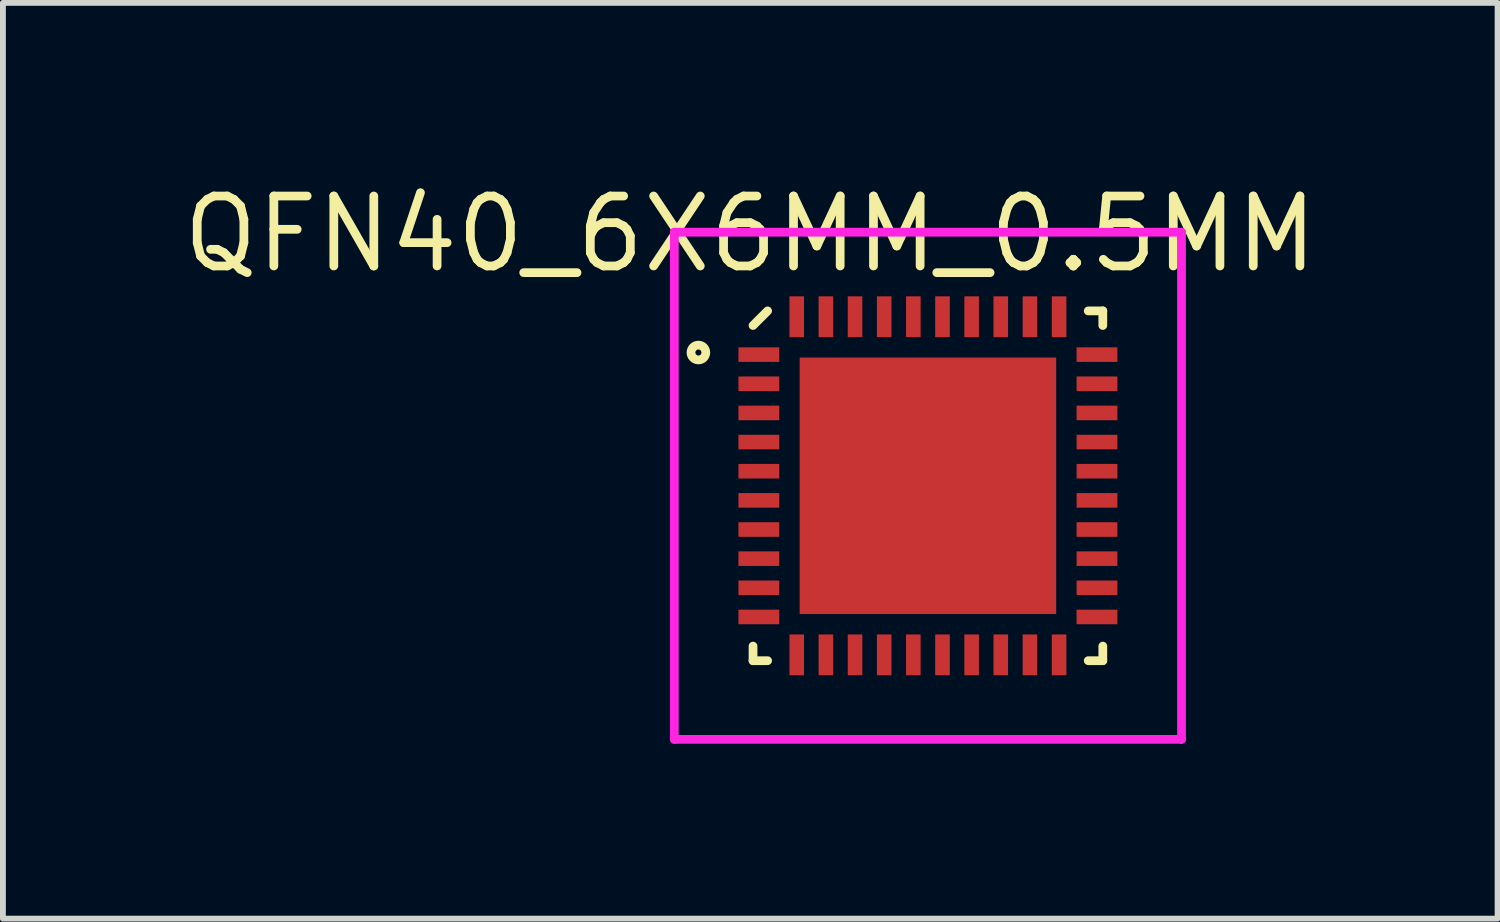
<source format=kicad_pcb>
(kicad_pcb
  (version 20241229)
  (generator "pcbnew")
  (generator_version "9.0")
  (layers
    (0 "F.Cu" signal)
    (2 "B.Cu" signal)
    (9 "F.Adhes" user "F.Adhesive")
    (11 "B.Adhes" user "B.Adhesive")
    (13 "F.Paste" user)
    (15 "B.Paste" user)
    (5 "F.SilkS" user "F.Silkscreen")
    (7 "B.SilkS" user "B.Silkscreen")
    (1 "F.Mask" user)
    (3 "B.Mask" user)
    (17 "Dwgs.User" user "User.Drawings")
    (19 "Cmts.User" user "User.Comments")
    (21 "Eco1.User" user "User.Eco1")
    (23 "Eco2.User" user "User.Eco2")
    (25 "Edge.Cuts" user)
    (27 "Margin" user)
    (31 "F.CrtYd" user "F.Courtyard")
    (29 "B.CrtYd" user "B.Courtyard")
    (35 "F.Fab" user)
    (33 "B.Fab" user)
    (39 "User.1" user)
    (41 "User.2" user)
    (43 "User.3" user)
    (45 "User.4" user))
  (footprint "QFN40_6X6MM_0.5MM"
    (layer "F.Cu")
    (at 12.867 5.283)
    (property "Reference" "QFN40_6X6MM_0.5MM" (at -3.048 -4.318 180) (layer "F.SilkS") (effects (font (size 1.2 1.2) (thickness 0.15))))
    (attr through_hole)
    (fp_line (start -3 -2.75) (end -2.75 -3) (stroke (width 0.15) (type solid)) (layer "F.SilkS"))
    (fp_line (start -3 3) (end -3 2.75) (stroke (width 0.15) (type solid)) (layer "F.SilkS"))
    (fp_line (start -2.75 3) (end -3 3) (stroke (width 0.15) (type solid)) (layer "F.SilkS"))
    (fp_line (start 2.75 -3) (end 3 -3) (stroke (width 0.15) (type solid)) (layer "F.SilkS"))
    (fp_line (start 2.75 3) (end 3 3) (stroke (width 0.15) (type solid)) (layer "F.SilkS"))
    (fp_line (start 3 -3) (end 3 -2.75) (stroke (width 0.15) (type solid)) (layer "F.SilkS"))
    (fp_line (start 3 3) (end 3 2.75) (stroke (width 0.15) (type solid)) (layer "F.SilkS"))
    (fp_circle (center -3.937 -2.286) (end -3.81 -2.286) (stroke (width 0.15) (type solid)) (fill no) (layer "F.SilkS"))
    (fp_line (start -4.35 -4.35) (end 4.35 -4.35) (stroke (width 0.15) (type solid)) (layer "F.CrtYd"))
    (fp_line (start -4.35 4.35) (end -4.35 -4.35) (stroke (width 0.15) (type solid)) (layer "F.CrtYd"))
    (fp_line (start 4.35 -4.35) (end 4.35 4.35) (stroke (width 0.15) (type solid)) (layer "F.CrtYd"))
    (fp_line (start 4.35 4.35) (end -4.35 4.35) (stroke (width 0.15) (type solid)) (layer "F.CrtYd"))
    (pad "1" smd rect (at -2.9 -2.25 90) (size 0.25 0.7) (layers "F.Cu" "F.Mask" "F.Paste"))
    (pad "2" smd rect (at -2.9 -1.75 90) (size 0.25 0.7) (layers "F.Cu" "F.Mask" "F.Paste"))
    (pad "3" smd rect (at -2.9 -1.25 90) (size 0.25 0.7) (layers "F.Cu" "F.Mask" "F.Paste"))
    (pad "4" smd rect (at -2.9 -0.75 90) (size 0.25 0.7) (layers "F.Cu" "F.Mask" "F.Paste"))
    (pad "5" smd rect (at -2.9 -0.25 90) (size 0.25 0.7) (layers "F.Cu" "F.Mask" "F.Paste"))
    (pad "6" smd rect (at -2.9 0.25 90) (size 0.25 0.7) (layers "F.Cu" "F.Mask" "F.Paste"))
    (pad "7" smd rect (at -2.9 0.75 90) (size 0.25 0.7) (layers "F.Cu" "F.Mask" "F.Paste"))
    (pad "8" smd rect (at -2.9 1.25 90) (size 0.25 0.7) (layers "F.Cu" "F.Mask" "F.Paste"))
    (pad "9" smd rect (at -2.9 1.75 90) (size 0.25 0.7) (layers "F.Cu" "F.Mask" "F.Paste"))
    (pad "10" smd rect (at -2.9 2.25 90) (size 0.25 0.7) (layers "F.Cu" "F.Mask" "F.Paste"))
    (pad "11" smd rect (at -2.25 2.9) (size 0.25 0.7) (layers "F.Cu" "F.Mask" "F.Paste"))
    (pad "12" smd rect (at -1.75 2.9) (size 0.25 0.7) (layers "F.Cu" "F.Mask" "F.Paste"))
    (pad "13" smd rect (at -1.25 2.9) (size 0.25 0.7) (layers "F.Cu" "F.Mask" "F.Paste"))
    (pad "14" smd rect (at -0.75 2.9) (size 0.25 0.7) (layers "F.Cu" "F.Mask" "F.Paste"))
    (pad "15" smd rect (at -0.25 2.9) (size 0.25 0.7) (layers "F.Cu" "F.Mask" "F.Paste"))
    (pad "16" smd rect (at 0.25 2.9) (size 0.25 0.7) (layers "F.Cu" "F.Mask" "F.Paste"))
    (pad "17" smd rect (at 0.75 2.9) (size 0.25 0.7) (layers "F.Cu" "F.Mask" "F.Paste"))
    (pad "18" smd rect (at 1.25 2.9) (size 0.25 0.7) (layers "F.Cu" "F.Mask" "F.Paste"))
    (pad "19" smd rect (at 1.75 2.9) (size 0.25 0.7) (layers "F.Cu" "F.Mask" "F.Paste"))
    (pad "20" smd rect (at 2.25 2.9) (size 0.25 0.7) (layers "F.Cu" "F.Mask" "F.Paste"))
    (pad "21" smd rect (at 2.9 2.25 90) (size 0.25 0.7) (layers "F.Cu" "F.Mask" "F.Paste"))
    (pad "22" smd rect (at 2.9 1.75 90) (size 0.25 0.7) (layers "F.Cu" "F.Mask" "F.Paste"))
    (pad "23" smd rect (at 2.9 1.25 90) (size 0.25 0.7) (layers "F.Cu" "F.Mask" "F.Paste"))
    (pad "24" smd rect (at 2.9 0.75 90) (size 0.25 0.7) (layers "F.Cu" "F.Mask" "F.Paste"))
    (pad "25" smd rect (at 2.9 0.25 90) (size 0.25 0.7) (layers "F.Cu" "F.Mask" "F.Paste"))
    (pad "26" smd rect (at 2.9 -0.25 90) (size 0.25 0.7) (layers "F.Cu" "F.Mask" "F.Paste"))
    (pad "27" smd rect (at 2.9 -0.75 90) (size 0.25 0.7) (layers "F.Cu" "F.Mask" "F.Paste"))
    (pad "28" smd rect (at 2.9 -1.25 90) (size 0.25 0.7) (layers "F.Cu" "F.Mask" "F.Paste"))
    (pad "29" smd rect (at 2.9 -1.75 90) (size 0.25 0.7) (layers "F.Cu" "F.Mask" "F.Paste"))
    (pad "30" smd rect (at 2.9 -2.25 90) (size 0.25 0.7) (layers "F.Cu" "F.Mask" "F.Paste"))
    (pad "31" smd rect (at 2.25 -2.9) (size 0.25 0.7) (layers "F.Cu" "F.Mask" "F.Paste"))
    (pad "32" smd rect (at 1.75 -2.9) (size 0.25 0.7) (layers "F.Cu" "F.Mask" "F.Paste"))
    (pad "33" smd rect (at 1.25 -2.9) (size 0.25 0.7) (layers "F.Cu" "F.Mask" "F.Paste"))
    (pad "34" smd rect (at 0.75 -2.9) (size 0.25 0.7) (layers "F.Cu" "F.Mask" "F.Paste"))
    (pad "35" smd rect (at 0.25 -2.9) (size 0.25 0.7) (layers "F.Cu" "F.Mask" "F.Paste"))
    (pad "36" smd rect (at -0.25 -2.9) (size 0.25 0.7) (layers "F.Cu" "F.Mask" "F.Paste"))
    (pad "37" smd rect (at -0.75 -2.9) (size 0.25 0.7) (layers "F.Cu" "F.Mask" "F.Paste"))
    (pad "38" smd rect (at -1.25 -2.9) (size 0.25 0.7) (layers "F.Cu" "F.Mask" "F.Paste"))
    (pad "39" smd rect (at -1.75 -2.9) (size 0.25 0.7) (layers "F.Cu" "F.Mask" "F.Paste"))
    (pad "40" smd rect (at -2.25 -2.9) (size 0.25 0.7) (layers "F.Cu" "F.Mask" "F.Paste"))
    (pad "41" smd rect (at 0 0) (size 4.4 4.4) (layers "F.Cu" "F.Mask" "F.Paste")))
  (gr_rect
    (start -3 -3)
    (end 22.639 12.708)
    (stroke (width 0.1) (type default))
    (fill no)
    (layer "Edge.Cuts")))
</source>
